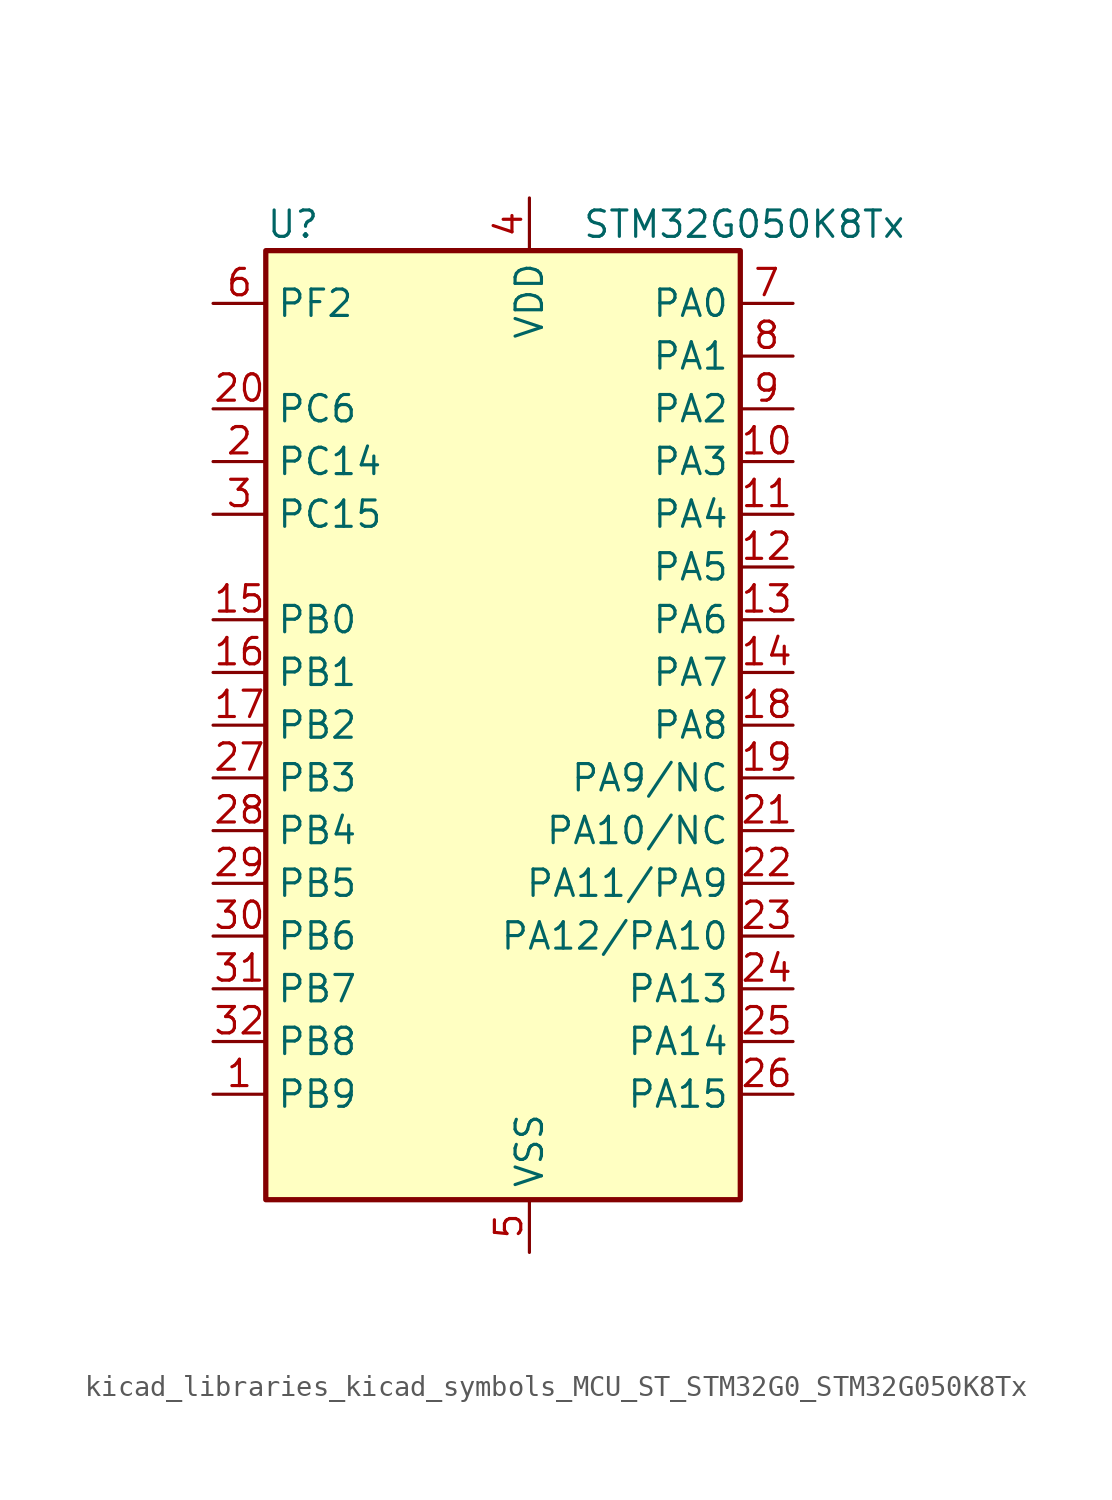
<source format=kicad_sym>
(kicad_symbol_lib
  (version 20220914)
  (generator kicad_symbol_editor)
  (symbol "kicad_libraries_kicad_symbols_MCU_ST_STM32G0_STM32G050K8Tx"
    (property "Reference" "U"
      (at -10.16 24.13 0)
      (effects (font (size 1.27 1.27)) (justify left)))
    (property "Value" "STM32G050K8Tx"
      (at 5.08 24.13 0)
      (effects (font (size 1.27 1.27)) (justify left)))
    (property "ki_locked" ""
      (at 0 0 0)
      (effects (font (size 1.27 1.27))))
    (symbol "kicad_libraries_kicad_symbols_MCU_ST_STM32G0_STM32G050K8Tx_0_1"
      (rectangle (start -10.16 -22.86) (end 12.7 22.86) (stroke (width 0.254) (type default)) (fill (type background))))
    (symbol "kicad_libraries_kicad_symbols_MCU_ST_STM32G0_STM32G050K8Tx_1_1"
      (pin bidirectional line (at -12.7 -17.78 0) (length 2.54) (name "PB9" (effects (font (size 1.27 1.27)))) (number "1" (effects (font (size 1.27 1.27)))) (alternate "I2C1_SDA" bidirectional line) (alternate "IR_OUT" bidirectional line) (alternate "SPI2_NSS" bidirectional line) (alternate "TIM17_CH1" bidirectional line))
      (pin bidirectional line (at 15.24 12.7 180) (length 2.54) (name "PA3" (effects (font (size 1.27 1.27)))) (number "10" (effects (font (size 1.27 1.27)))) (alternate "ADC1_IN3" bidirectional line) (alternate "SPI2_MISO" bidirectional line) (alternate "TIM15_CH2" bidirectional line) (alternate "USART2_RX" bidirectional line))
      (pin bidirectional line (at 15.24 10.16 180) (length 2.54) (name "PA4" (effects (font (size 1.27 1.27)))) (number "11" (effects (font (size 1.27 1.27)))) (alternate "ADC1_IN4" bidirectional line) (alternate "I2S1_WS" bidirectional line) (alternate "RTC_OUT1" bidirectional line) (alternate "RTC_TAMP_IN1" bidirectional line) (alternate "RTC_TS" bidirectional line) (alternate "SPI1_NSS" bidirectional line) (alternate "SPI2_MOSI" bidirectional line) (alternate "SYS_WKUP2" bidirectional line) (alternate "TIM14_CH1" bidirectional line))
      (pin bidirectional line (at 15.24 7.62 180) (length 2.54) (name "PA5" (effects (font (size 1.27 1.27)))) (number "12" (effects (font (size 1.27 1.27)))) (alternate "ADC1_IN5" bidirectional line) (alternate "I2S1_CK" bidirectional line) (alternate "SPI1_SCK" bidirectional line))
      (pin bidirectional line (at 15.24 5.08 180) (length 2.54) (name "PA6" (effects (font (size 1.27 1.27)))) (number "13" (effects (font (size 1.27 1.27)))) (alternate "ADC1_IN6" bidirectional line) (alternate "I2S1_MCK" bidirectional line) (alternate "SPI1_MISO" bidirectional line) (alternate "TIM16_CH1" bidirectional line) (alternate "TIM1_BK" bidirectional line) (alternate "TIM3_CH1" bidirectional line))
      (pin bidirectional line (at 15.24 2.54 180) (length 2.54) (name "PA7" (effects (font (size 1.27 1.27)))) (number "14" (effects (font (size 1.27 1.27)))) (alternate "ADC1_IN7" bidirectional line) (alternate "I2S1_SD" bidirectional line) (alternate "SPI1_MOSI" bidirectional line) (alternate "TIM14_CH1" bidirectional line) (alternate "TIM17_CH1" bidirectional line) (alternate "TIM1_CH1N" bidirectional line) (alternate "TIM3_CH2" bidirectional line))
      (pin bidirectional line (at -12.7 5.08 0) (length 2.54) (name "PB0" (effects (font (size 1.27 1.27)))) (number "15" (effects (font (size 1.27 1.27)))) (alternate "ADC1_IN8" bidirectional line) (alternate "I2S1_WS" bidirectional line) (alternate "SPI1_NSS" bidirectional line) (alternate "TIM1_CH2N" bidirectional line) (alternate "TIM3_CH3" bidirectional line))
      (pin bidirectional line (at -12.7 2.54 0) (length 2.54) (name "PB1" (effects (font (size 1.27 1.27)))) (number "16" (effects (font (size 1.27 1.27)))) (alternate "ADC1_IN9" bidirectional line) (alternate "TIM14_CH1" bidirectional line) (alternate "TIM1_CH3N" bidirectional line) (alternate "TIM3_CH4" bidirectional line))
      (pin bidirectional line (at -12.7 0 0) (length 2.54) (name "PB2" (effects (font (size 1.27 1.27)))) (number "17" (effects (font (size 1.27 1.27)))) (alternate "ADC1_IN10" bidirectional line) (alternate "SPI2_MISO" bidirectional line))
      (pin bidirectional line (at 15.24 0 180) (length 2.54) (name "PA8" (effects (font (size 1.27 1.27)))) (number "18" (effects (font (size 1.27 1.27)))) (alternate "RCC_MCO" bidirectional line) (alternate "SPI2_NSS" bidirectional line) (alternate "TIM1_CH1" bidirectional line))
      (pin bidirectional line (at 15.24 -2.54 180) (length 2.54) (name "PA9/NC" (effects (font (size 1.27 1.27)))) (number "19" (effects (font (size 1.27 1.27)))) (alternate "I2C1_SCL" bidirectional line) (alternate "RCC_MCO" bidirectional line) (alternate "SPI2_MISO" bidirectional line) (alternate "TIM15_BK" bidirectional line) (alternate "TIM1_CH2" bidirectional line) (alternate "USART1_TX" bidirectional line))
      (pin bidirectional line (at -12.7 12.7 0) (length 2.54) (name "PC14" (effects (font (size 1.27 1.27)))) (number "2" (effects (font (size 1.27 1.27)))) (alternate "RCC_OSC32_IN" bidirectional line) (alternate "RCC_OSC_IN" bidirectional line) (alternate "TIM1_BK2" bidirectional line))
      (pin bidirectional line (at -12.7 15.24 0) (length 2.54) (name "PC6" (effects (font (size 1.27 1.27)))) (number "20" (effects (font (size 1.27 1.27)))) (alternate "TIM3_CH1" bidirectional line))
      (pin bidirectional line (at 15.24 -5.08 180) (length 2.54) (name "PA10/NC" (effects (font (size 1.27 1.27)))) (number "21" (effects (font (size 1.27 1.27)))) (alternate "I2C1_SDA" bidirectional line) (alternate "SPI2_MOSI" bidirectional line) (alternate "TIM17_BK" bidirectional line) (alternate "TIM1_CH3" bidirectional line) (alternate "USART1_RX" bidirectional line))
      (pin bidirectional line (at 15.24 -7.62 180) (length 2.54) (name "PA11/PA9" (effects (font (size 1.27 1.27)))) (number "22" (effects (font (size 1.27 1.27)))) (alternate "ADC1_EXTI11" bidirectional line) (alternate "ADC1_IN15" bidirectional line) (alternate "I2C2_SCL" bidirectional line) (alternate "I2S1_MCK" bidirectional line) (alternate "SPI1_MISO" bidirectional line) (alternate "TIM1_BK2" bidirectional line) (alternate "TIM1_CH4" bidirectional line) (alternate "USART1_CTS" bidirectional line) (alternate "USART1_NSS" bidirectional line))
      (pin bidirectional line (at 15.24 -10.16 180) (length 2.54) (name "PA12/PA10" (effects (font (size 1.27 1.27)))) (number "23" (effects (font (size 1.27 1.27)))) (alternate "ADC1_IN16" bidirectional line) (alternate "I2C2_SDA" bidirectional line) (alternate "I2S1_SD" bidirectional line) (alternate "I2S_CKIN" bidirectional line) (alternate "SPI1_MOSI" bidirectional line) (alternate "TIM1_ETR" bidirectional line) (alternate "USART1_CK" bidirectional line) (alternate "USART1_DE" bidirectional line) (alternate "USART1_RTS" bidirectional line))
      (pin bidirectional line (at 15.24 -12.7 180) (length 2.54) (name "PA13" (effects (font (size 1.27 1.27)))) (number "24" (effects (font (size 1.27 1.27)))) (alternate "ADC1_IN17" bidirectional line) (alternate "IR_OUT" bidirectional line) (alternate "SYS_SWDIO" bidirectional line))
      (pin bidirectional line (at 15.24 -15.24 180) (length 2.54) (name "PA14" (effects (font (size 1.27 1.27)))) (number "25" (effects (font (size 1.27 1.27)))) (alternate "ADC1_IN18" bidirectional line) (alternate "SYS_SWCLK" bidirectional line) (alternate "USART2_TX" bidirectional line))
      (pin bidirectional line (at 15.24 -17.78 180) (length 2.54) (name "PA15" (effects (font (size 1.27 1.27)))) (number "26" (effects (font (size 1.27 1.27)))) (alternate "I2S1_WS" bidirectional line) (alternate "SPI1_NSS" bidirectional line) (alternate "USART2_RX" bidirectional line))
      (pin bidirectional line (at -12.7 -2.54 0) (length 2.54) (name "PB3" (effects (font (size 1.27 1.27)))) (number "27" (effects (font (size 1.27 1.27)))) (alternate "I2S1_CK" bidirectional line) (alternate "SPI1_SCK" bidirectional line) (alternate "TIM1_CH2" bidirectional line) (alternate "USART1_CK" bidirectional line) (alternate "USART1_DE" bidirectional line) (alternate "USART1_RTS" bidirectional line))
      (pin bidirectional line (at -12.7 -5.08 0) (length 2.54) (name "PB4" (effects (font (size 1.27 1.27)))) (number "28" (effects (font (size 1.27 1.27)))) (alternate "I2S1_MCK" bidirectional line) (alternate "SPI1_MISO" bidirectional line) (alternate "TIM17_BK" bidirectional line) (alternate "TIM3_CH1" bidirectional line) (alternate "USART1_CTS" bidirectional line) (alternate "USART1_NSS" bidirectional line))
      (pin bidirectional line (at -12.7 -7.62 0) (length 2.54) (name "PB5" (effects (font (size 1.27 1.27)))) (number "29" (effects (font (size 1.27 1.27)))) (alternate "I2C1_SMBA" bidirectional line) (alternate "I2S1_SD" bidirectional line) (alternate "SPI1_MOSI" bidirectional line) (alternate "SYS_WKUP6" bidirectional line) (alternate "TIM16_BK" bidirectional line) (alternate "TIM3_CH2" bidirectional line))
      (pin bidirectional line (at -12.7 10.16 0) (length 2.54) (name "PC15" (effects (font (size 1.27 1.27)))) (number "3" (effects (font (size 1.27 1.27)))) (alternate "RCC_OSC32_EN" bidirectional line) (alternate "RCC_OSC32_OUT" bidirectional line) (alternate "RCC_OSC_EN" bidirectional line) (alternate "TIM15_BK" bidirectional line))
      (pin bidirectional line (at -12.7 -10.16 0) (length 2.54) (name "PB6" (effects (font (size 1.27 1.27)))) (number "30" (effects (font (size 1.27 1.27)))) (alternate "I2C1_SCL" bidirectional line) (alternate "SPI2_MISO" bidirectional line) (alternate "TIM16_CH1N" bidirectional line) (alternate "TIM1_CH3" bidirectional line) (alternate "USART1_TX" bidirectional line))
      (pin bidirectional line (at -12.7 -12.7 0) (length 2.54) (name "PB7" (effects (font (size 1.27 1.27)))) (number "31" (effects (font (size 1.27 1.27)))) (alternate "ADC1_IN11" bidirectional line) (alternate "I2C1_SDA" bidirectional line) (alternate "SPI2_MOSI" bidirectional line) (alternate "SYS_PVD_IN" bidirectional line) (alternate "TIM17_CH1N" bidirectional line) (alternate "USART1_RX" bidirectional line))
      (pin bidirectional line (at -12.7 -15.24 0) (length 2.54) (name "PB8" (effects (font (size 1.27 1.27)))) (number "32" (effects (font (size 1.27 1.27)))) (alternate "I2C1_SCL" bidirectional line) (alternate "SPI2_SCK" bidirectional line) (alternate "TIM15_BK" bidirectional line) (alternate "TIM16_CH1" bidirectional line))
      (pin power_in line (at 2.54 25.4 270) (length 2.54) (name "VDD" (effects (font (size 1.27 1.27)))) (number "4" (effects (font (size 1.27 1.27)))))
      (pin power_in line (at 2.54 -25.4 90) (length 2.54) (name "VSS" (effects (font (size 1.27 1.27)))) (number "5" (effects (font (size 1.27 1.27)))))
      (pin bidirectional line (at -12.7 20.32 0) (length 2.54) (name "PF2" (effects (font (size 1.27 1.27)))) (number "6" (effects (font (size 1.27 1.27)))) (alternate "RCC_MCO" bidirectional line))
      (pin bidirectional line (at 15.24 20.32 180) (length 2.54) (name "PA0" (effects (font (size 1.27 1.27)))) (number "7" (effects (font (size 1.27 1.27)))) (alternate "ADC1_IN0" bidirectional line) (alternate "RTC_TAMP_IN2" bidirectional line) (alternate "SPI2_SCK" bidirectional line) (alternate "SYS_WKUP1" bidirectional line) (alternate "USART2_CTS" bidirectional line) (alternate "USART2_NSS" bidirectional line))
      (pin bidirectional line (at 15.24 17.78 180) (length 2.54) (name "PA1" (effects (font (size 1.27 1.27)))) (number "8" (effects (font (size 1.27 1.27)))) (alternate "ADC1_IN1" bidirectional line) (alternate "I2C1_SMBA" bidirectional line) (alternate "I2S1_CK" bidirectional line) (alternate "SPI1_SCK" bidirectional line) (alternate "TIM15_CH1N" bidirectional line) (alternate "USART2_CK" bidirectional line) (alternate "USART2_DE" bidirectional line) (alternate "USART2_RTS" bidirectional line))
      (pin bidirectional line (at 15.24 15.24 180) (length 2.54) (name "PA2" (effects (font (size 1.27 1.27)))) (number "9" (effects (font (size 1.27 1.27)))) (alternate "ADC1_IN2" bidirectional line) (alternate "I2S1_SD" bidirectional line) (alternate "RCC_LSCO" bidirectional line) (alternate "SPI1_MOSI" bidirectional line) (alternate "SYS_WKUP4" bidirectional line) (alternate "TIM15_CH1" bidirectional line) (alternate "USART2_TX" bidirectional line)))))
</source>
